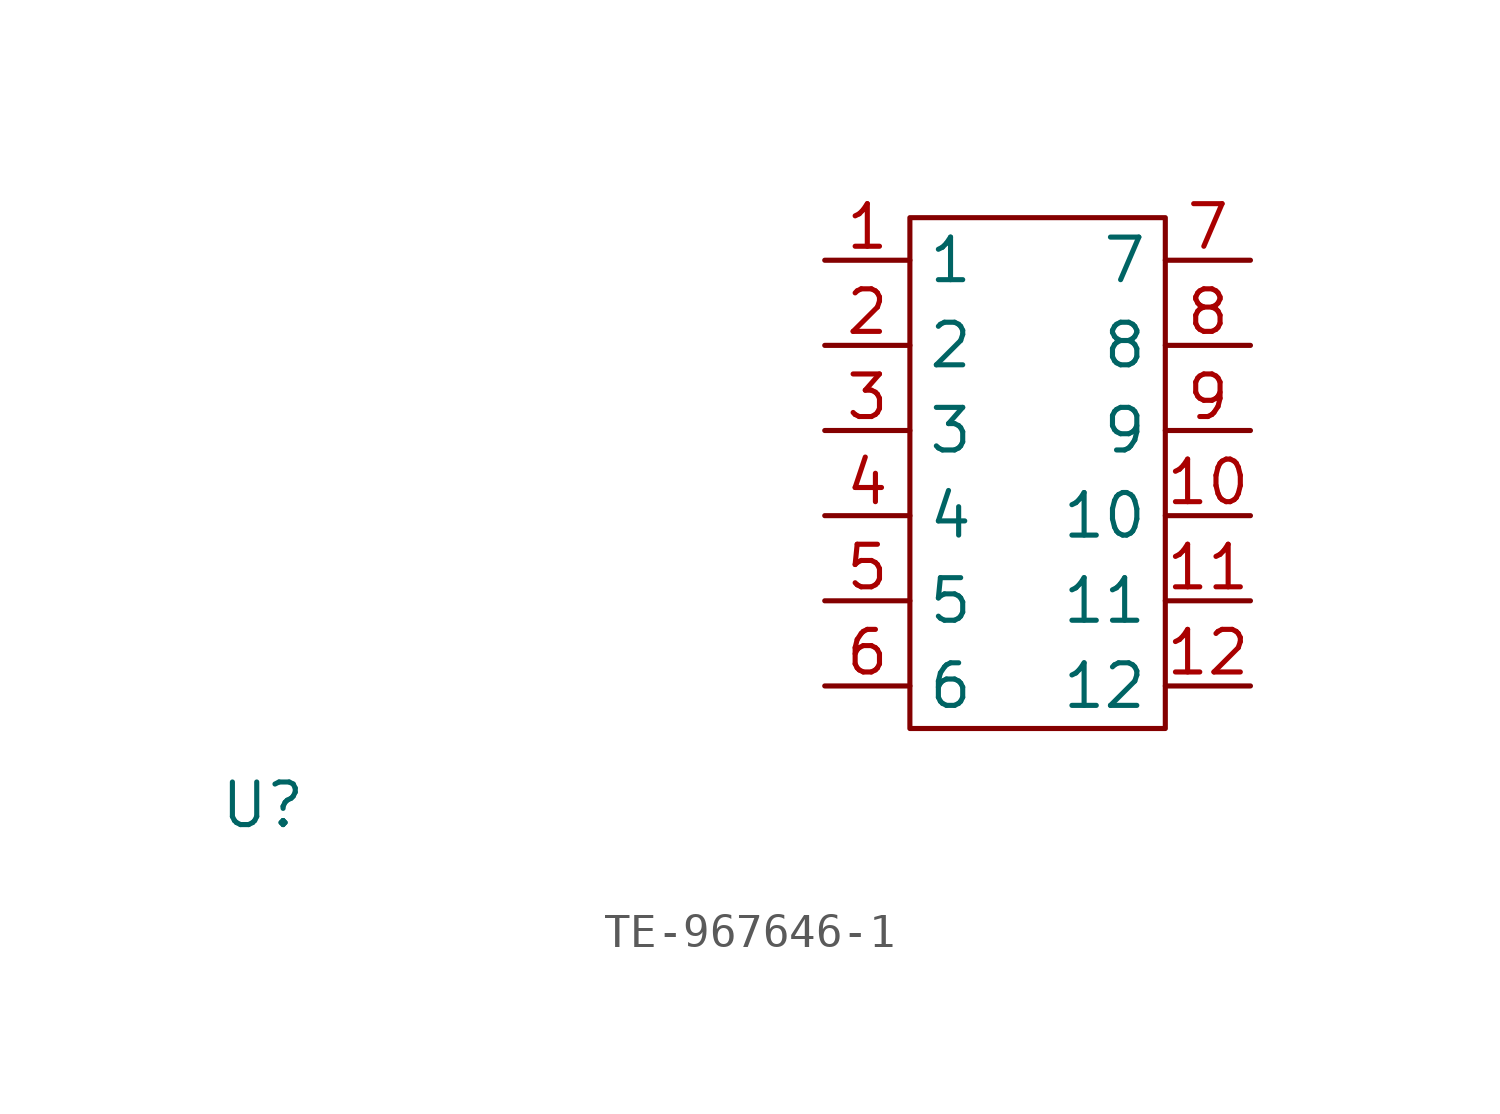
<source format=kicad_sym>
(kicad_symbol_lib
  (version 20241209)
  (generator "kicad_symbol_editor")
  (generator_version "9.0")
  (symbol "TE-967646-1"
    (property "Reference" "U"
      (at -23.114 -9.906 0)
      (effects (font (size 1.27 1.27))))
    (property "Value" ""
      (at 0 0 0)
      (effects (font (size 1.27 1.27))))
    (symbol "TE-967646-1_0_1"
      (rectangle (start -3.81 7.62) (end 3.81 -7.62) (stroke (width 0) (type default)) (fill (type none))))
    (symbol "TE-967646-1_1_1"
      (pin bidirectional line (at -6.35 6.35 0) (length 2.54) (name "1" (effects (font (size 1.27 1.27)))) (number "1" (effects (font (size 1.27 1.27)))))
      (pin bidirectional line (at -6.35 3.81 0) (length 2.54) (name "2" (effects (font (size 1.27 1.27)))) (number "2" (effects (font (size 1.27 1.27)))))
      (pin bidirectional line (at -6.35 1.27 0) (length 2.54) (name "3" (effects (font (size 1.27 1.27)))) (number "3" (effects (font (size 1.27 1.27)))))
      (pin bidirectional line (at -6.35 -1.27 0) (length 2.54) (name "4" (effects (font (size 1.27 1.27)))) (number "4" (effects (font (size 1.27 1.27)))))
      (pin bidirectional line (at -6.35 -3.81 0) (length 2.54) (name "5" (effects (font (size 1.27 1.27)))) (number "5" (effects (font (size 1.27 1.27)))))
      (pin bidirectional line (at -6.35 -6.35 0) (length 2.54) (name "6" (effects (font (size 1.27 1.27)))) (number "6" (effects (font (size 1.27 1.27)))))
      (pin bidirectional line (at 6.35 6.35 180) (length 2.54) (name "7" (effects (font (size 1.27 1.27)))) (number "7" (effects (font (size 1.27 1.27)))))
      (pin bidirectional line (at 6.35 3.81 180) (length 2.54) (name "8" (effects (font (size 1.27 1.27)))) (number "8" (effects (font (size 1.27 1.27)))))
      (pin bidirectional line (at 6.35 1.27 180) (length 2.54) (name "9" (effects (font (size 1.27 1.27)))) (number "9" (effects (font (size 1.27 1.27)))))
      (pin bidirectional line (at 6.35 -1.27 180) (length 2.54) (name "10" (effects (font (size 1.27 1.27)))) (number "10" (effects (font (size 1.27 1.27)))))
      (pin bidirectional line (at 6.35 -3.81 180) (length 2.54) (name "11" (effects (font (size 1.27 1.27)))) (number "11" (effects (font (size 1.27 1.27)))))
      (pin bidirectional line (at 6.35 -6.35 180) (length 2.54) (name "12" (effects (font (size 1.27 1.27)))) (number "12" (effects (font (size 1.27 1.27))))))))
</source>
